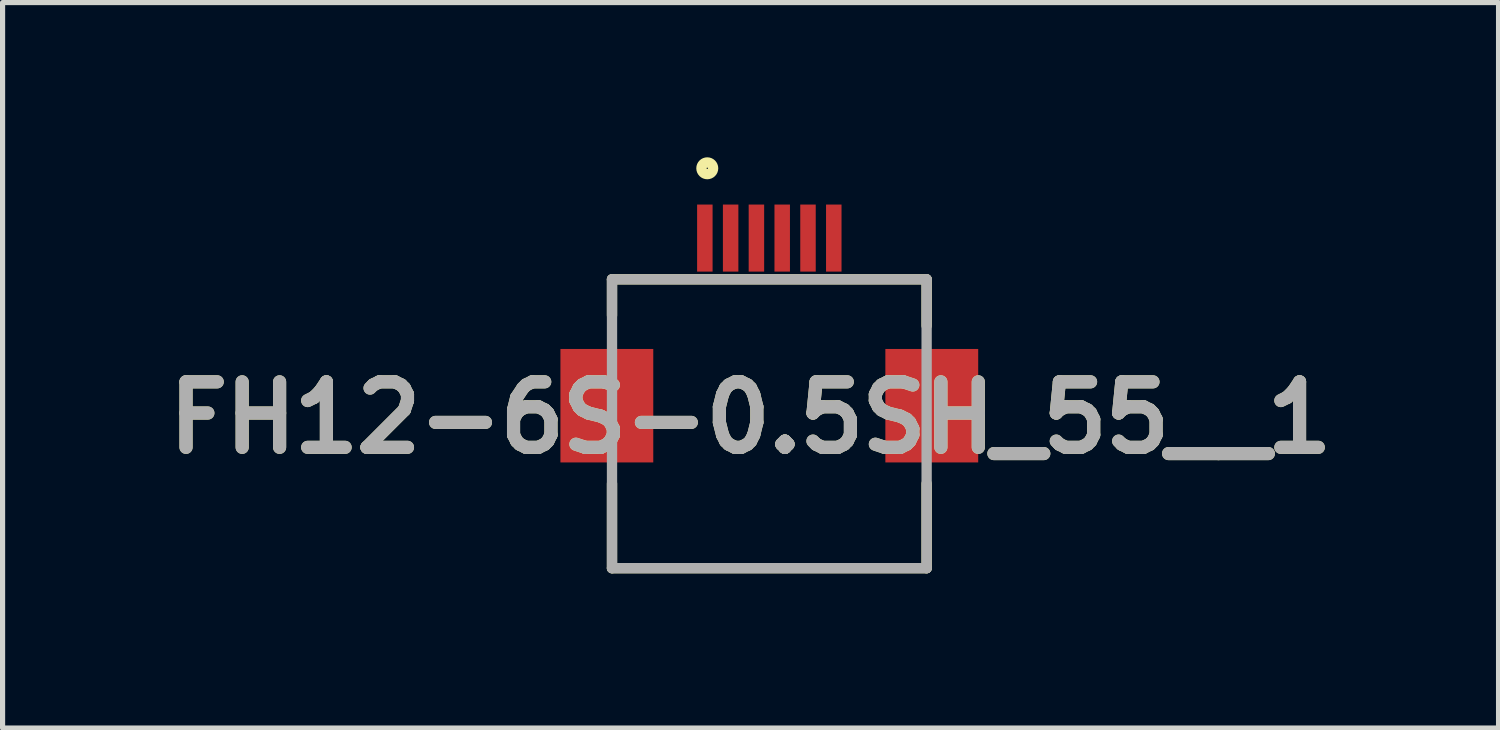
<source format=kicad_pcb>
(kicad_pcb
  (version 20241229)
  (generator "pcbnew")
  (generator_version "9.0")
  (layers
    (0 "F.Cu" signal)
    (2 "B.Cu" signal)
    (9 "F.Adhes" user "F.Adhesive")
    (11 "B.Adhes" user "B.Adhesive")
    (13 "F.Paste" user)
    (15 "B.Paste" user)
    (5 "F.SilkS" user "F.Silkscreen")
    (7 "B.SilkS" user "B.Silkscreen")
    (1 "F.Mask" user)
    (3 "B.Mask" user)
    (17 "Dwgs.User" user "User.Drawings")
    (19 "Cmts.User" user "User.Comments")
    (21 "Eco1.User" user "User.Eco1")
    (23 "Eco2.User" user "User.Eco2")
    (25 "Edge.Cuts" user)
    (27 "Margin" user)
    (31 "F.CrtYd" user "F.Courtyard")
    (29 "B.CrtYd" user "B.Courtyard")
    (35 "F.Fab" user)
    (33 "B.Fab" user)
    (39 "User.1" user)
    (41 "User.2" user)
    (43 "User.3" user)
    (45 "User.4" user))
  (footprint "FH12-6S-0.5SH_55__1"
    (layer "F.Cu")
    (at 11.866 1.566)
    (property "Reference" "FH12-6S-0.5SH_55__1" (at -0.363 3.483 0) (layer "F.SilkS") (effects (font (size 1.27 1.27) (thickness 0.254))))
    (attr smd)
    (fp_line (start -3.05 0.8) (end -3.05 1.5) (stroke (width 0.2) (type solid)) (layer "F.SilkS"))
    (fp_line (start -3.05 0.8) (end 3.05 0.8) (stroke (width 0.2) (type solid)) (layer "F.SilkS"))
    (fp_line (start -3.05 6.4) (end -3.05 4.76) (stroke (width 0.2) (type solid)) (layer "F.SilkS"))
    (fp_line (start -3.05 6.4) (end 3.05 6.4) (stroke (width 0.2) (type solid)) (layer "F.SilkS"))
    (fp_line (start 3.05 0.8) (end 3.05 1.7) (stroke (width 0.2) (type solid)) (layer "F.SilkS"))
    (fp_line (start 3.05 6.4) (end 3.05 4.76) (stroke (width 0.2) (type solid)) (layer "F.SilkS"))
    (fp_circle (center -1.203 -1.353) (end -1.203 -1.24) (stroke (width 0.2) (type solid)) (fill no) (layer "F.SilkS"))
    (fp_line (start -3.05 0.8) (end 3.05 0.8) (stroke (width 0.2) (type solid)) (layer "F.Fab"))
    (fp_line (start -3.05 6.4) (end -3.05 0.8) (stroke (width 0.2) (type solid)) (layer "F.Fab"))
    (fp_line (start 3.05 0.8) (end 3.05 6.4) (stroke (width 0.2) (type solid)) (layer "F.Fab"))
    (fp_line (start 3.05 6.4) (end -3.05 6.4) (stroke (width 0.2) (type solid)) (layer "F.Fab"))
    (fp_text user "${REFERENCE}" (at -0.363 3.483 0) (layer "F.Fab") (effects (font (size 1.27 1.27) (thickness 0.254))))
    (pad "1" smd rect (at -1.25 0) (size 0.3 1.3) (layers "F.Cu" "F.Mask" "F.Paste"))
    (pad "2" smd rect (at -0.75 0) (size 0.3 1.3) (layers "F.Cu" "F.Mask" "F.Paste"))
    (pad "3" smd rect (at -0.25 0) (size 0.3 1.3) (layers "F.Cu" "F.Mask" "F.Paste"))
    (pad "4" smd rect (at 0.25 0) (size 0.3 1.3) (layers "F.Cu" "F.Mask" "F.Paste"))
    (pad "5" smd rect (at 0.75 0) (size 0.3 1.3) (layers "F.Cu" "F.Mask" "F.Paste"))
    (pad "6" smd rect (at 1.25 0) (size 0.3 1.3) (layers "F.Cu" "F.Mask" "F.Paste"))
    (pad "7" smd rect (at -3.15 3.25) (size 1.8 2.2) (layers "F.Cu" "F.Mask" "F.Paste"))
    (pad "8" smd rect (at 3.15 3.25) (size 1.8 2.2) (layers "F.Cu" "F.Mask" "F.Paste")))
  (gr_rect
    (start -3 -3)
    (end 26.005 11.066)
    (stroke (width 0.1) (type default))
    (fill no)
    (layer "Edge.Cuts")))
</source>
